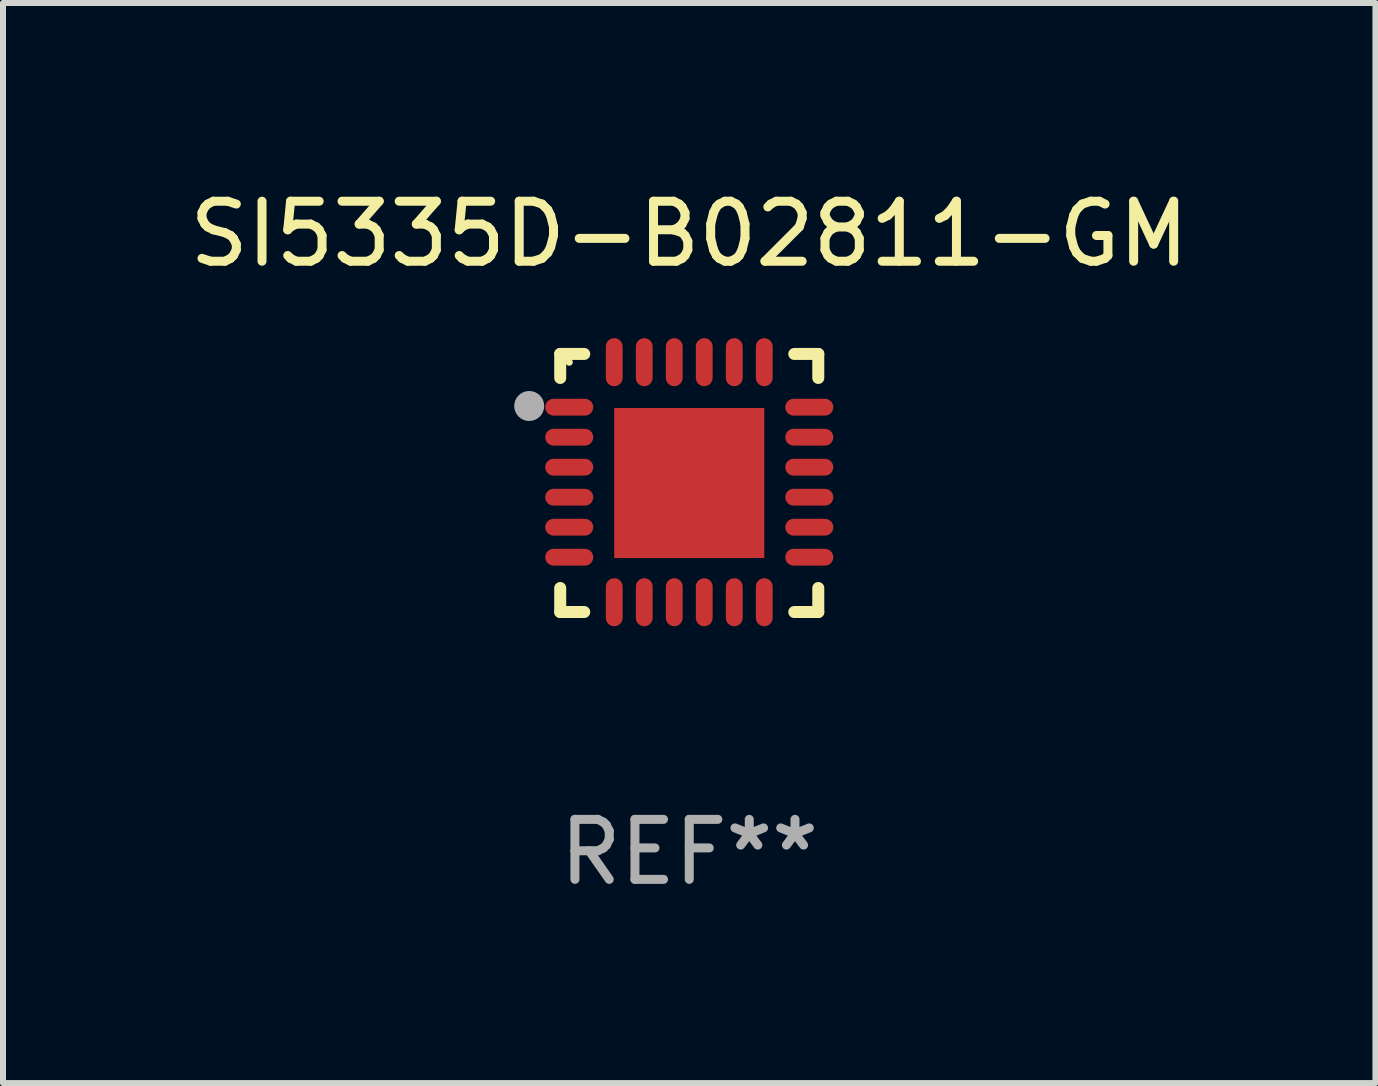
<source format=kicad_pcb>
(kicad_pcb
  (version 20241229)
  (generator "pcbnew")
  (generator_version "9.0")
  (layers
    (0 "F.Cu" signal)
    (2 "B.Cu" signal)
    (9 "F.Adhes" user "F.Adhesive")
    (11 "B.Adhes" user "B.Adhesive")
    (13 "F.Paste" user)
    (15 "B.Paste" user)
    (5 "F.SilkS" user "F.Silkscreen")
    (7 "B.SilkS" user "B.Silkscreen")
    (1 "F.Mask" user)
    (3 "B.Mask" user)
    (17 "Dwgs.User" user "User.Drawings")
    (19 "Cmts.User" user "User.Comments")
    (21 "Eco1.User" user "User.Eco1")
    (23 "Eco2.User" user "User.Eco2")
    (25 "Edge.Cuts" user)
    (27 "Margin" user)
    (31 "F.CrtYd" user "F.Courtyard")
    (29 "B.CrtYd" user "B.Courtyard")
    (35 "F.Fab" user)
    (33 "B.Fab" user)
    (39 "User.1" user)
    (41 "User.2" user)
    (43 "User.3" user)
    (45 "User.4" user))
  (footprint "SI5335D-B02811-GM"
    (layer "F.Cu")
    (at 8.435 4.998)
    (property "Reference" "SI5335D-B02811-GM" (at 0 -4.15 0) (layer "F.SilkS") (effects (font (size 1 1) (thickness 0.15))))
    (attr through_hole)
    (fp_line (start -2.15 -2.15) (end -1.75 -2.15) (stroke (width 0.2) (type solid)) (layer "F.SilkS"))
    (fp_line (start -2.15 -1.75) (end -2.15 -2.15) (stroke (width 0.2) (type solid)) (layer "F.SilkS"))
    (fp_line (start -2.15 2.15) (end -2.15 1.75) (stroke (width 0.2) (type solid)) (layer "F.SilkS"))
    (fp_line (start -1.75 2.15) (end -2.15 2.15) (stroke (width 0.2) (type solid)) (layer "F.SilkS"))
    (fp_line (start 1.75 -2.15) (end 2.15 -2.15) (stroke (width 0.2) (type solid)) (layer "F.SilkS"))
    (fp_line (start 1.75 2.15) (end 2.15 2.15) (stroke (width 0.2) (type solid)) (layer "F.SilkS"))
    (fp_line (start 2.15 -2.15) (end 2.15 -1.75) (stroke (width 0.2) (type solid)) (layer "F.SilkS"))
    (fp_line (start 2.15 2.15) (end 2.15 1.75) (stroke (width 0.2) (type solid)) (layer "F.SilkS"))
    (fp_circle (center -2 -2.013) (end -1.97 -2.013) (stroke (width 0.06) (type solid)) (fill no) (layer "F.SilkS"))
    (fp_circle (center -2.667 -1.283) (end -2.542 -1.283) (stroke (width 0.25) (type solid)) (fill no) (layer "F.Fab"))
    (fp_text user "REF**" (at 0 6.15 0) (layer "F.Fab") (effects (font (size 1 1) (thickness 0.15))))
    (pad "1" smd oval (at -2 -1.263) (size 0.8 0.28) (layers "F.Cu" "F.Mask" "F.Paste"))
    (pad "2" smd oval (at -2 -0.763) (size 0.8 0.28) (layers "F.Cu" "F.Mask" "F.Paste"))
    (pad "3" smd oval (at -2 -0.263) (size 0.8 0.28) (layers "F.Cu" "F.Mask" "F.Paste"))
    (pad "4" smd oval (at -2 0.237) (size 0.8 0.28) (layers "F.Cu" "F.Mask" "F.Paste"))
    (pad "5" smd oval (at -2 0.737) (size 0.8 0.28) (layers "F.Cu" "F.Mask" "F.Paste"))
    (pad "6" smd oval (at -2 1.237) (size 0.8 0.28) (layers "F.Cu" "F.Mask" "F.Paste"))
    (pad "7" smd oval (at -1.25 1.987) (size 0.28 0.8) (layers "F.Cu" "F.Mask" "F.Paste"))
    (pad "8" smd oval (at -0.75 1.987) (size 0.28 0.8) (layers "F.Cu" "F.Mask" "F.Paste"))
    (pad "9" smd oval (at -0.25 1.987) (size 0.28 0.8) (layers "F.Cu" "F.Mask" "F.Paste"))
    (pad "10" smd oval (at 0.25 1.987) (size 0.28 0.8) (layers "F.Cu" "F.Mask" "F.Paste"))
    (pad "11" smd oval (at 0.75 1.987) (size 0.28 0.8) (layers "F.Cu" "F.Mask" "F.Paste"))
    (pad "12" smd oval (at 1.25 1.987) (size 0.28 0.8) (layers "F.Cu" "F.Mask" "F.Paste"))
    (pad "13" smd oval (at 2 1.237) (size 0.8 0.28) (layers "F.Cu" "F.Mask" "F.Paste"))
    (pad "14" smd oval (at 2 0.737) (size 0.8 0.28) (layers "F.Cu" "F.Mask" "F.Paste"))
    (pad "15" smd oval (at 2 0.237) (size 0.8 0.28) (layers "F.Cu" "F.Mask" "F.Paste"))
    (pad "16" smd oval (at 2 -0.263) (size 0.8 0.28) (layers "F.Cu" "F.Mask" "F.Paste"))
    (pad "17" smd oval (at 2 -0.763) (size 0.8 0.28) (layers "F.Cu" "F.Mask" "F.Paste"))
    (pad "18" smd oval (at 2 -1.263) (size 0.8 0.28) (layers "F.Cu" "F.Mask" "F.Paste"))
    (pad "19" smd oval (at 1.25 -2.013) (size 0.28 0.8) (layers "F.Cu" "F.Mask" "F.Paste"))
    (pad "20" smd oval (at 0.75 -2.013) (size 0.28 0.8) (layers "F.Cu" "F.Mask" "F.Paste"))
    (pad "21" smd oval (at 0.25 -2.013) (size 0.28 0.8) (layers "F.Cu" "F.Mask" "F.Paste"))
    (pad "22" smd oval (at -0.25 -2.013) (size 0.28 0.8) (layers "F.Cu" "F.Mask" "F.Paste"))
    (pad "23" smd oval (at -0.75 -2.013) (size 0.28 0.8) (layers "F.Cu" "F.Mask" "F.Paste"))
    (pad "24" smd oval (at -1.25 -2.013) (size 0.28 0.8) (layers "F.Cu" "F.Mask" "F.Paste"))
    (pad "25" smd rect (at -0.000127 -0.00014) (size 2.5 2.5) (layers "F.Cu" "F.Mask" "F.Paste")))
  (gr_rect
    (start -3 -3)
    (end 19.869 14.997)
    (stroke (width 0.1) (type default))
    (fill no)
    (layer "Edge.Cuts")))
</source>
